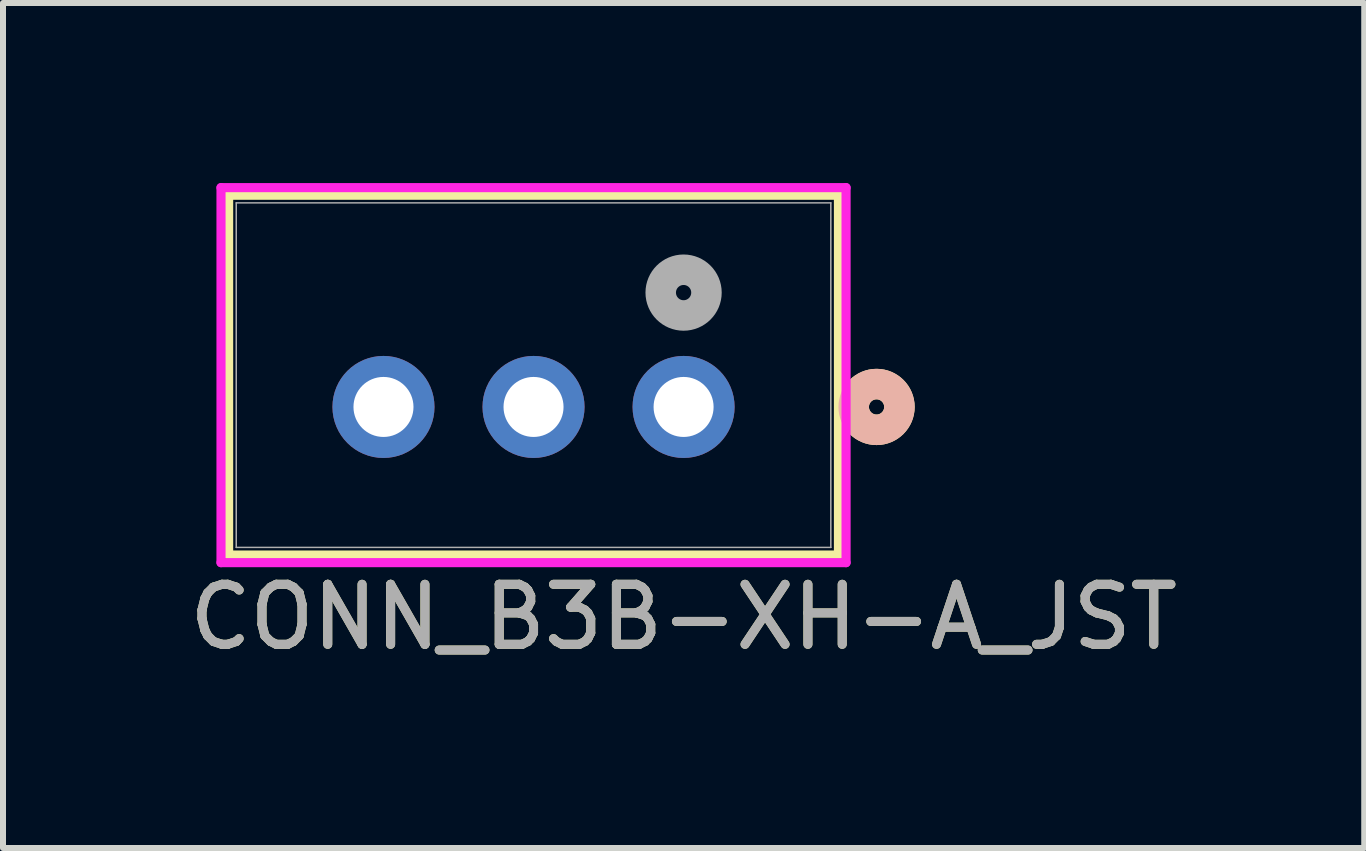
<source format=kicad_pcb>
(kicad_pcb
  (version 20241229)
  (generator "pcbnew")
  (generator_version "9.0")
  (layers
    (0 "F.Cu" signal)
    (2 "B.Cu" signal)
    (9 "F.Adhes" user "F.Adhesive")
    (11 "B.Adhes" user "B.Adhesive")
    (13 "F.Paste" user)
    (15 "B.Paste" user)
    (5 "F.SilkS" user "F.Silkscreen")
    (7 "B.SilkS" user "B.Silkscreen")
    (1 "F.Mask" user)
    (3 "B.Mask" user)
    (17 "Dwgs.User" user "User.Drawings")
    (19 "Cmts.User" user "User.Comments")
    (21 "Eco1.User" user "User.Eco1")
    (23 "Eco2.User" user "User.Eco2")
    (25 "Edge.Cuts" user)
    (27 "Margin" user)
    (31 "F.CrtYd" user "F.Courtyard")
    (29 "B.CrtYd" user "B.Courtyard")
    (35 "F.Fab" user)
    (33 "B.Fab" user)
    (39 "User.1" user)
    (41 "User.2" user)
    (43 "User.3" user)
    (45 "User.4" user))
  (footprint "CONN_B3B-XH-A_JST"
    (layer "F.Cu")
    (at 8.339 3.73)
    (property "Reference" "CONN_B3B-XH-A_JST" (at 0 3.5 0) (unlocked yes) (layer "F.SilkS") (effects (font (size 1 1) (thickness 0.15))))
    (attr through_hole)
    (fp_line (start -7.58 -3.527) (end -7.58 2.467) (stroke (width 0.152) (type solid)) (layer "F.SilkS"))
    (fp_line (start -7.58 2.467) (end 2.58 2.467) (stroke (width 0.152) (type solid)) (layer "F.SilkS"))
    (fp_line (start 2.58 -3.527) (end -7.58 -3.527) (stroke (width 0.152) (type solid)) (layer "F.SilkS"))
    (fp_line (start 2.58 2.467) (end 2.58 -3.527) (stroke (width 0.152) (type solid)) (layer "F.SilkS"))
    (fp_circle (center 3.215 0) (end 3.596 0) (stroke (width 0.508) (type solid)) (fill no) (layer "F.SilkS"))
    (fp_circle (center 3.215 0) (end 3.596 0) (stroke (width 0.508) (type solid)) (fill no) (layer "B.SilkS"))
    (fp_line (start -7.707 -3.654) (end -7.707 2.594) (stroke (width 0.152) (type solid)) (layer "F.CrtYd"))
    (fp_line (start -7.707 2.594) (end 2.707 2.594) (stroke (width 0.152) (type solid)) (layer "F.CrtYd"))
    (fp_line (start 2.707 -3.654) (end -7.707 -3.654) (stroke (width 0.152) (type solid)) (layer "F.CrtYd"))
    (fp_line (start 2.707 2.594) (end 2.707 -3.654) (stroke (width 0.152) (type solid)) (layer "F.CrtYd"))
    (fp_line (start -7.453 -3.4) (end -7.453 2.34) (stroke (width 0.025) (type solid)) (layer "F.Fab"))
    (fp_line (start -7.453 2.34) (end 2.453 2.34) (stroke (width 0.025) (type solid)) (layer "F.Fab"))
    (fp_line (start 2.453 -3.4) (end -7.453 -3.4) (stroke (width 0.025) (type solid)) (layer "F.Fab"))
    (fp_line (start 2.453 2.34) (end 2.453 -3.4) (stroke (width 0.025) (type solid)) (layer "F.Fab"))
    (fp_circle (center 0 -1.905) (end 0.381 -1.905) (stroke (width 0.508) (type solid)) (fill no) (layer "F.Fab"))
    (fp_text user "${REFERENCE}" (at 0 3.5 0) (unlocked yes) (layer "F.Fab") (effects (font (size 1 1) (thickness 0.15))))
    (pad "1" thru_hole circle (at 0 0) (size 1.7 1.7) (drill 1) (layers "*.Cu" "*.Mask"))
    (pad "2" thru_hole circle (at -2.5 0) (size 1.7 1.7) (drill 1) (layers "*.Cu" "*.Mask"))
    (pad "3" thru_hole circle (at -5 0) (size 1.7 1.7) (drill 1) (layers "*.Cu" "*.Mask")))
  (gr_rect
    (start -3 -3)
    (end 19.679 11.078)
    (stroke (width 0.1) (type default))
    (fill no)
    (layer "Edge.Cuts")))
</source>
